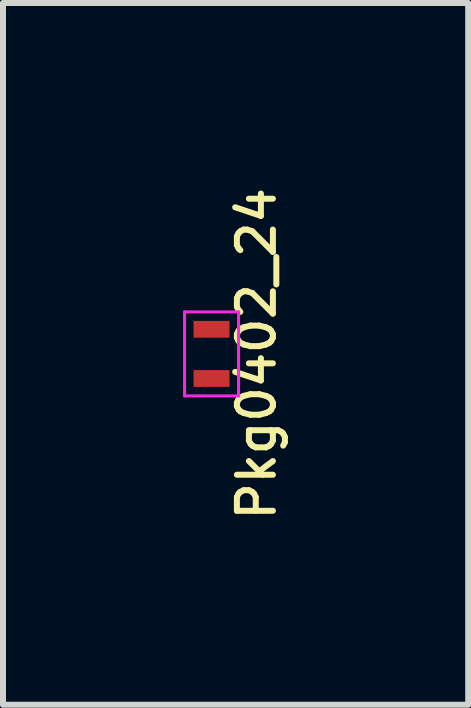
<source format=kicad_pcb>
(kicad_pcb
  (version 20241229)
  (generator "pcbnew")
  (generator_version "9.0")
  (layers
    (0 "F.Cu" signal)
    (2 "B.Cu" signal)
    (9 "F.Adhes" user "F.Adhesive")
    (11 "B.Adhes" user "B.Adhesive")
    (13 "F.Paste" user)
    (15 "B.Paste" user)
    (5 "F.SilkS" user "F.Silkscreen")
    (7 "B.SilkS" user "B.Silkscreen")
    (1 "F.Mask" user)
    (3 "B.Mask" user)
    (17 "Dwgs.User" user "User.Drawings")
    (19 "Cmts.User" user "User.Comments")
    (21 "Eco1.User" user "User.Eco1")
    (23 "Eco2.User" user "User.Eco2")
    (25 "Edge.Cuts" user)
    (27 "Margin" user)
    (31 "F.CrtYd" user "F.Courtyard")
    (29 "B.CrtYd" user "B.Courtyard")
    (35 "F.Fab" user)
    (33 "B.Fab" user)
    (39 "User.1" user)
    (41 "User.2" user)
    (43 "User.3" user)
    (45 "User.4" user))
  (footprint "Pkg0402_24"
    (layer "F.Cu")
    (at 0.475 2.847)
    (property "Reference" "Pkg0402_24" (at 0.75 0 90) (layer "F.SilkS") (effects (font (size 0.6 0.6) (thickness 0.1))))
    (fp_line (start -0.45 -0.7) (end -0.45 0.7) (stroke (width 0.05) (type solid)) (layer "F.CrtYd"))
    (fp_line (start -0.45 0.7) (end 0.45 0.7) (stroke (width 0.05) (type solid)) (layer "F.CrtYd"))
    (fp_line (start 0.45 -0.7) (end -0.45 -0.7) (stroke (width 0.05) (type solid)) (layer "F.CrtYd"))
    (fp_line (start 0.45 0.7) (end 0.45 -0.7) (stroke (width 0.05) (type solid)) (layer "F.CrtYd"))
    (pad "1" smd rect (at 0 -0.41) (size 0.6 0.28) (layers "F.Cu" "F.Mask" "F.Paste"))
    (pad "2" smd rect (at 0 0.41) (size 0.6 0.28) (layers "F.Cu" "F.Mask" "F.Paste")))
  (gr_rect
    (start -3 -3)
    (end 4.752 8.694)
    (stroke (width 0.1) (type default))
    (fill no)
    (layer "Edge.Cuts")))
</source>
